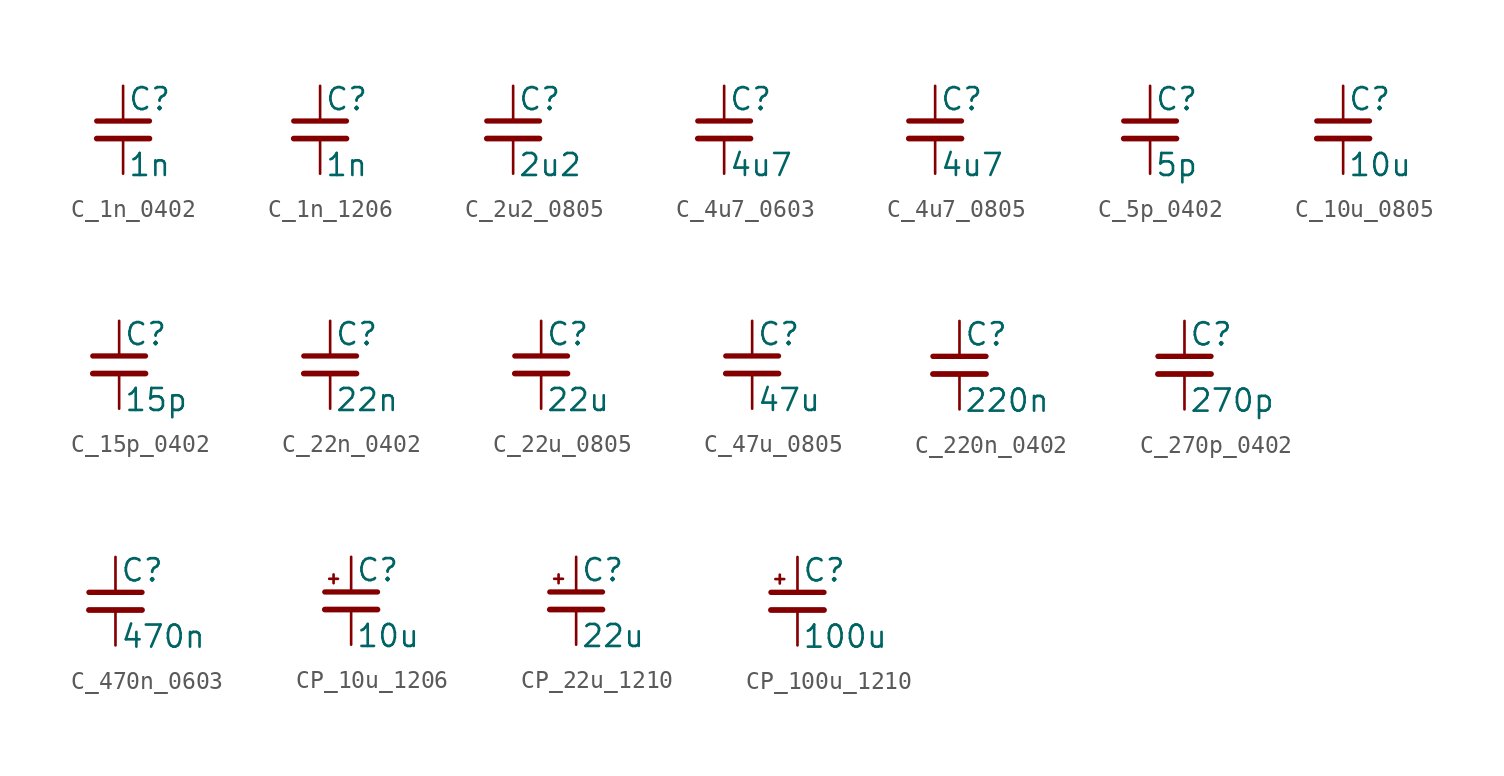
<source format=kicad_sym>
(kicad_symbol_lib
  (version 20220914)
  (generator kicad_symbol_editor)
  (symbol "C_1n_0402"
    (pin_numbers hide)
    (pin_names
      (offset 0.254) hide)
    (property "Reference" "C"
      (at 0.254 1.778 0)
      (effects (font (size 1.27 1.27)) (justify left)))
    (property "Value" "1n"
      (at 0.254 -2.032 0)
      (effects (font (size 1.27 1.27)) (justify left)))
    (symbol "C_1n_0402_0_1"
      (polyline (pts (xy -1.524 -0.508) (xy 1.524 -0.508)) (stroke (width 0.33) (type default)) (fill (type none)))
      (polyline (pts (xy -1.524 0.508) (xy 1.524 0.508)) (stroke (width 0.305) (type default)) (fill (type none))))
    (symbol "C_1n_0402_1_1"
      (pin passive line (at 0 2.54 270) (length 2.032) (name "~" (effects (font (size 1.27 1.27)))) (number "1" (effects (font (size 1.27 1.27)))))
      (pin passive line (at 0 -2.54 90) (length 2.032) (name "~" (effects (font (size 1.27 1.27)))) (number "2" (effects (font (size 1.27 1.27)))))))
  (symbol "C_1n_1206"
    (pin_numbers hide)
    (pin_names
      (offset 0.254) hide)
    (property "Reference" "C"
      (at 0.254 1.778 0)
      (effects (font (size 1.27 1.27)) (justify left)))
    (property "Value" "1n"
      (at 0.254 -2.032 0)
      (effects (font (size 1.27 1.27)) (justify left)))
    (symbol "C_1n_1206_0_1"
      (polyline (pts (xy -1.524 -0.508) (xy 1.524 -0.508)) (stroke (width 0.33) (type default)) (fill (type none)))
      (polyline (pts (xy -1.524 0.508) (xy 1.524 0.508)) (stroke (width 0.305) (type default)) (fill (type none))))
    (symbol "C_1n_1206_1_1"
      (pin passive line (at 0 2.54 270) (length 2.032) (name "~" (effects (font (size 1.27 1.27)))) (number "1" (effects (font (size 1.27 1.27)))))
      (pin passive line (at 0 -2.54 90) (length 2.032) (name "~" (effects (font (size 1.27 1.27)))) (number "2" (effects (font (size 1.27 1.27)))))))
  (symbol "C_2u2_0805"
    (pin_numbers hide)
    (pin_names
      (offset 0.254) hide)
    (property "Reference" "C"
      (at 0.254 1.778 0)
      (effects (font (size 1.27 1.27)) (justify left)))
    (property "Value" "2u2"
      (at 0.254 -2.032 0)
      (effects (font (size 1.27 1.27)) (justify left)))
    (symbol "C_2u2_0805_0_1"
      (polyline (pts (xy -1.524 -0.508) (xy 1.524 -0.508)) (stroke (width 0.33) (type default)) (fill (type none)))
      (polyline (pts (xy -1.524 0.508) (xy 1.524 0.508)) (stroke (width 0.305) (type default)) (fill (type none))))
    (symbol "C_2u2_0805_1_1"
      (pin passive line (at 0 2.54 270) (length 2.032) (name "~" (effects (font (size 1.27 1.27)))) (number "1" (effects (font (size 1.27 1.27)))))
      (pin passive line (at 0 -2.54 90) (length 2.032) (name "~" (effects (font (size 1.27 1.27)))) (number "2" (effects (font (size 1.27 1.27)))))))
  (symbol "C_4u7_0603"
    (pin_numbers hide)
    (pin_names
      (offset 0.254) hide)
    (property "Reference" "C"
      (at 0.254 1.778 0)
      (effects (font (size 1.27 1.27)) (justify left)))
    (property "Value" "4u7"
      (at 0.254 -2.032 0)
      (effects (font (size 1.27 1.27)) (justify left)))
    (symbol "C_4u7_0603_0_1"
      (polyline (pts (xy -1.524 -0.508) (xy 1.524 -0.508)) (stroke (width 0.33) (type default)) (fill (type none)))
      (polyline (pts (xy -1.524 0.508) (xy 1.524 0.508)) (stroke (width 0.305) (type default)) (fill (type none))))
    (symbol "C_4u7_0603_1_1"
      (pin passive line (at 0 2.54 270) (length 2.032) (name "~" (effects (font (size 1.27 1.27)))) (number "1" (effects (font (size 1.27 1.27)))))
      (pin passive line (at 0 -2.54 90) (length 2.032) (name "~" (effects (font (size 1.27 1.27)))) (number "2" (effects (font (size 1.27 1.27)))))))
  (symbol "C_4u7_0805"
    (pin_numbers hide)
    (pin_names
      (offset 0.254) hide)
    (property "Reference" "C"
      (at 0.254 1.778 0)
      (effects (font (size 1.27 1.27)) (justify left)))
    (property "Value" "4u7"
      (at 0.254 -2.032 0)
      (effects (font (size 1.27 1.27)) (justify left)))
    (symbol "C_4u7_0805_0_1"
      (polyline (pts (xy -1.524 -0.508) (xy 1.524 -0.508)) (stroke (width 0.33) (type default)) (fill (type none)))
      (polyline (pts (xy -1.524 0.508) (xy 1.524 0.508)) (stroke (width 0.305) (type default)) (fill (type none))))
    (symbol "C_4u7_0805_1_1"
      (pin passive line (at 0 2.54 270) (length 2.032) (name "~" (effects (font (size 1.27 1.27)))) (number "1" (effects (font (size 1.27 1.27)))))
      (pin passive line (at 0 -2.54 90) (length 2.032) (name "~" (effects (font (size 1.27 1.27)))) (number "2" (effects (font (size 1.27 1.27)))))))
  (symbol "C_5p_0402"
    (pin_numbers hide)
    (pin_names
      (offset 0.254) hide)
    (property "Reference" "C"
      (at 0.254 1.778 0)
      (effects (font (size 1.27 1.27)) (justify left)))
    (property "Value" "5p"
      (at 0.254 -2.032 0)
      (effects (font (size 1.27 1.27)) (justify left)))
    (symbol "C_5p_0402_0_1"
      (polyline (pts (xy -1.524 -0.508) (xy 1.524 -0.508)) (stroke (width 0.33) (type default)) (fill (type none)))
      (polyline (pts (xy -1.524 0.508) (xy 1.524 0.508)) (stroke (width 0.305) (type default)) (fill (type none))))
    (symbol "C_5p_0402_1_1"
      (pin passive line (at 0 2.54 270) (length 2.032) (name "~" (effects (font (size 1.27 1.27)))) (number "1" (effects (font (size 1.27 1.27)))))
      (pin passive line (at 0 -2.54 90) (length 2.032) (name "~" (effects (font (size 1.27 1.27)))) (number "2" (effects (font (size 1.27 1.27)))))))
  (symbol "C_10u_0805"
    (pin_numbers hide)
    (pin_names
      (offset 0.254) hide)
    (property "Reference" "C"
      (at 0.254 1.778 0)
      (effects (font (size 1.27 1.27)) (justify left)))
    (property "Value" "10u"
      (at 0.254 -2.032 0)
      (effects (font (size 1.27 1.27)) (justify left)))
    (symbol "C_10u_0805_0_1"
      (polyline (pts (xy -1.524 -0.508) (xy 1.524 -0.508)) (stroke (width 0.33) (type default)) (fill (type none)))
      (polyline (pts (xy -1.524 0.508) (xy 1.524 0.508)) (stroke (width 0.305) (type default)) (fill (type none))))
    (symbol "C_10u_0805_1_1"
      (pin passive line (at 0 2.54 270) (length 2.032) (name "~" (effects (font (size 1.27 1.27)))) (number "1" (effects (font (size 1.27 1.27)))))
      (pin passive line (at 0 -2.54 90) (length 2.032) (name "~" (effects (font (size 1.27 1.27)))) (number "2" (effects (font (size 1.27 1.27)))))))
  (symbol "C_15p_0402"
    (pin_numbers hide)
    (pin_names
      (offset 0.254) hide)
    (property "Reference" "C"
      (at 0.254 1.778 0)
      (effects (font (size 1.27 1.27)) (justify left)))
    (property "Value" "15p"
      (at 0.254 -2.032 0)
      (effects (font (size 1.27 1.27)) (justify left)))
    (symbol "C_15p_0402_0_1"
      (polyline (pts (xy -1.524 -0.508) (xy 1.524 -0.508)) (stroke (width 0.33) (type default)) (fill (type none)))
      (polyline (pts (xy -1.524 0.508) (xy 1.524 0.508)) (stroke (width 0.305) (type default)) (fill (type none))))
    (symbol "C_15p_0402_1_1"
      (pin passive line (at 0 2.54 270) (length 2.032) (name "~" (effects (font (size 1.27 1.27)))) (number "1" (effects (font (size 1.27 1.27)))))
      (pin passive line (at 0 -2.54 90) (length 2.032) (name "~" (effects (font (size 1.27 1.27)))) (number "2" (effects (font (size 1.27 1.27)))))))
  (symbol "C_22n_0402"
    (pin_numbers hide)
    (pin_names
      (offset 0.254) hide)
    (property "Reference" "C"
      (at 0.254 1.778 0)
      (effects (font (size 1.27 1.27)) (justify left)))
    (property "Value" "22n"
      (at 0.254 -2.032 0)
      (effects (font (size 1.27 1.27)) (justify left)))
    (symbol "C_22n_0402_0_1"
      (polyline (pts (xy -1.524 -0.508) (xy 1.524 -0.508)) (stroke (width 0.33) (type default)) (fill (type none)))
      (polyline (pts (xy -1.524 0.508) (xy 1.524 0.508)) (stroke (width 0.305) (type default)) (fill (type none))))
    (symbol "C_22n_0402_1_1"
      (pin passive line (at 0 2.54 270) (length 2.032) (name "~" (effects (font (size 1.27 1.27)))) (number "1" (effects (font (size 1.27 1.27)))))
      (pin passive line (at 0 -2.54 90) (length 2.032) (name "~" (effects (font (size 1.27 1.27)))) (number "2" (effects (font (size 1.27 1.27)))))))
  (symbol "C_22u_0805"
    (pin_numbers hide)
    (pin_names
      (offset 0.254) hide)
    (property "Reference" "C"
      (at 0.254 1.778 0)
      (effects (font (size 1.27 1.27)) (justify left)))
    (property "Value" "22u"
      (at 0.254 -2.032 0)
      (effects (font (size 1.27 1.27)) (justify left)))
    (symbol "C_22u_0805_0_1"
      (polyline (pts (xy -1.524 -0.508) (xy 1.524 -0.508)) (stroke (width 0.33) (type default)) (fill (type none)))
      (polyline (pts (xy -1.524 0.508) (xy 1.524 0.508)) (stroke (width 0.305) (type default)) (fill (type none))))
    (symbol "C_22u_0805_1_1"
      (pin passive line (at 0 2.54 270) (length 2.032) (name "~" (effects (font (size 1.27 1.27)))) (number "1" (effects (font (size 1.27 1.27)))))
      (pin passive line (at 0 -2.54 90) (length 2.032) (name "~" (effects (font (size 1.27 1.27)))) (number "2" (effects (font (size 1.27 1.27)))))))
  (symbol "C_47u_0805"
    (pin_numbers hide)
    (pin_names
      (offset 0.254) hide)
    (property "Reference" "C"
      (at 0.254 1.778 0)
      (effects (font (size 1.27 1.27)) (justify left)))
    (property "Value" "47u"
      (at 0.254 -2.032 0)
      (effects (font (size 1.27 1.27)) (justify left)))
    (symbol "C_47u_0805_0_1"
      (polyline (pts (xy -1.524 -0.508) (xy 1.524 -0.508)) (stroke (width 0.33) (type default)) (fill (type none)))
      (polyline (pts (xy -1.524 0.508) (xy 1.524 0.508)) (stroke (width 0.305) (type default)) (fill (type none))))
    (symbol "C_47u_0805_1_1"
      (pin passive line (at 0 2.54 270) (length 2.032) (name "~" (effects (font (size 1.27 1.27)))) (number "1" (effects (font (size 1.27 1.27)))))
      (pin passive line (at 0 -2.54 90) (length 2.032) (name "~" (effects (font (size 1.27 1.27)))) (number "2" (effects (font (size 1.27 1.27)))))))
  (symbol "C_220n_0402"
    (pin_numbers hide)
    (pin_names
      (offset 0.254) hide)
    (property "Reference" "C"
      (at 0.254 1.778 0)
      (effects (font (size 1.27 1.27)) (justify left)))
    (property "Value" "220n"
      (at 0.254 -2.032 0)
      (effects (font (size 1.27 1.27)) (justify left)))
    (symbol "C_220n_0402_0_1"
      (polyline (pts (xy -1.524 -0.508) (xy 1.524 -0.508)) (stroke (width 0.33) (type default)) (fill (type none)))
      (polyline (pts (xy -1.524 0.508) (xy 1.524 0.508)) (stroke (width 0.305) (type default)) (fill (type none))))
    (symbol "C_220n_0402_1_1"
      (pin passive line (at 0 2.54 270) (length 2.032) (name "~" (effects (font (size 1.27 1.27)))) (number "1" (effects (font (size 1.27 1.27)))))
      (pin passive line (at 0 -2.54 90) (length 2.032) (name "~" (effects (font (size 1.27 1.27)))) (number "2" (effects (font (size 1.27 1.27)))))))
  (symbol "C_270p_0402"
    (pin_numbers hide)
    (pin_names
      (offset 0.254) hide)
    (property "Reference" "C"
      (at 0.254 1.778 0)
      (effects (font (size 1.27 1.27)) (justify left)))
    (property "Value" "270p"
      (at 0.254 -2.032 0)
      (effects (font (size 1.27 1.27)) (justify left)))
    (symbol "C_270p_0402_0_1"
      (polyline (pts (xy -1.524 -0.508) (xy 1.524 -0.508)) (stroke (width 0.33) (type default)) (fill (type none)))
      (polyline (pts (xy -1.524 0.508) (xy 1.524 0.508)) (stroke (width 0.305) (type default)) (fill (type none))))
    (symbol "C_270p_0402_1_1"
      (pin passive line (at 0 2.54 270) (length 2.032) (name "~" (effects (font (size 1.27 1.27)))) (number "1" (effects (font (size 1.27 1.27)))))
      (pin passive line (at 0 -2.54 90) (length 2.032) (name "~" (effects (font (size 1.27 1.27)))) (number "2" (effects (font (size 1.27 1.27)))))))
  (symbol "C_470n_0603"
    (pin_numbers hide)
    (pin_names
      (offset 0.254) hide)
    (property "Reference" "C"
      (at 0.254 1.778 0)
      (effects (font (size 1.27 1.27)) (justify left)))
    (property "Value" "470n"
      (at 0.254 -2.032 0)
      (effects (font (size 1.27 1.27)) (justify left)))
    (symbol "C_470n_0603_0_1"
      (polyline (pts (xy -1.524 -0.508) (xy 1.524 -0.508)) (stroke (width 0.33) (type default)) (fill (type none)))
      (polyline (pts (xy -1.524 0.508) (xy 1.524 0.508)) (stroke (width 0.305) (type default)) (fill (type none))))
    (symbol "C_470n_0603_1_1"
      (pin passive line (at 0 2.54 270) (length 2.032) (name "~" (effects (font (size 1.27 1.27)))) (number "1" (effects (font (size 1.27 1.27)))))
      (pin passive line (at 0 -2.54 90) (length 2.032) (name "~" (effects (font (size 1.27 1.27)))) (number "2" (effects (font (size 1.27 1.27)))))))
  (symbol "CP_10u_1206"
    (pin_numbers hide)
    (pin_names
      (offset 0.254) hide)
    (property "Reference" "C"
      (at 0.254 1.778 0)
      (effects (font (size 1.27 1.27)) (justify left)))
    (property "Value" "10u"
      (at 0.254 -2.032 0)
      (effects (font (size 1.27 1.27)) (justify left)))
    (symbol "CP_10u_1206_0_1"
      (polyline (pts (xy -1.524 -0.508) (xy 1.524 -0.508)) (stroke (width 0.33) (type default)) (fill (type none)))
      (polyline (pts (xy -1.524 0.508) (xy 1.524 0.508)) (stroke (width 0.305) (type default)) (fill (type none)))
      (polyline (pts (xy -1.27 1.27) (xy -0.762 1.27)) (stroke (width 0) (type default)) (fill (type none)))
      (polyline (pts (xy -1.016 1.016) (xy -1.016 1.524)) (stroke (width 0) (type default)) (fill (type none))))
    (symbol "CP_10u_1206_1_1"
      (pin passive line (at 0 2.54 270) (length 2.032) (name "~" (effects (font (size 1.27 1.27)))) (number "1" (effects (font (size 1.27 1.27)))))
      (pin passive line (at 0 -2.54 90) (length 2.032) (name "~" (effects (font (size 1.27 1.27)))) (number "2" (effects (font (size 1.27 1.27)))))))
  (symbol "CP_22u_1210"
    (pin_numbers hide)
    (pin_names
      (offset 0.254) hide)
    (property "Reference" "C"
      (at 0.254 1.778 0)
      (effects (font (size 1.27 1.27)) (justify left)))
    (property "Value" "22u"
      (at 0.254 -2.032 0)
      (effects (font (size 1.27 1.27)) (justify left)))
    (symbol "CP_22u_1210_0_1"
      (polyline (pts (xy -1.524 -0.508) (xy 1.524 -0.508)) (stroke (width 0.33) (type default)) (fill (type none)))
      (polyline (pts (xy -1.524 0.508) (xy 1.524 0.508)) (stroke (width 0.305) (type default)) (fill (type none)))
      (polyline (pts (xy -1.27 1.27) (xy -0.762 1.27)) (stroke (width 0) (type default)) (fill (type none)))
      (polyline (pts (xy -1.016 1.016) (xy -1.016 1.524)) (stroke (width 0) (type default)) (fill (type none))))
    (symbol "CP_22u_1210_1_1"
      (pin passive line (at 0 2.54 270) (length 2.032) (name "~" (effects (font (size 1.27 1.27)))) (number "1" (effects (font (size 1.27 1.27)))))
      (pin passive line (at 0 -2.54 90) (length 2.032) (name "~" (effects (font (size 1.27 1.27)))) (number "2" (effects (font (size 1.27 1.27)))))))
  (symbol "CP_100u_1210"
    (pin_numbers hide)
    (pin_names
      (offset 0.254) hide)
    (property "Reference" "C"
      (at 0.254 1.778 0)
      (effects (font (size 1.27 1.27)) (justify left)))
    (property "Value" "100u"
      (at 0.254 -2.032 0)
      (effects (font (size 1.27 1.27)) (justify left)))
    (symbol "CP_100u_1210_0_1"
      (polyline (pts (xy -1.524 -0.508) (xy 1.524 -0.508)) (stroke (width 0.33) (type default)) (fill (type none)))
      (polyline (pts (xy -1.524 0.508) (xy 1.524 0.508)) (stroke (width 0.305) (type default)) (fill (type none)))
      (polyline (pts (xy -1.27 1.27) (xy -0.762 1.27)) (stroke (width 0) (type default)) (fill (type none)))
      (polyline (pts (xy -1.016 1.016) (xy -1.016 1.524)) (stroke (width 0) (type default)) (fill (type none))))
    (symbol "CP_100u_1210_1_1"
      (pin passive line (at 0 2.54 270) (length 2.032) (name "~" (effects (font (size 1.27 1.27)))) (number "1" (effects (font (size 1.27 1.27)))))
      (pin passive line (at 0 -2.54 90) (length 2.032) (name "~" (effects (font (size 1.27 1.27)))) (number "2" (effects (font (size 1.27 1.27))))))))
</source>
